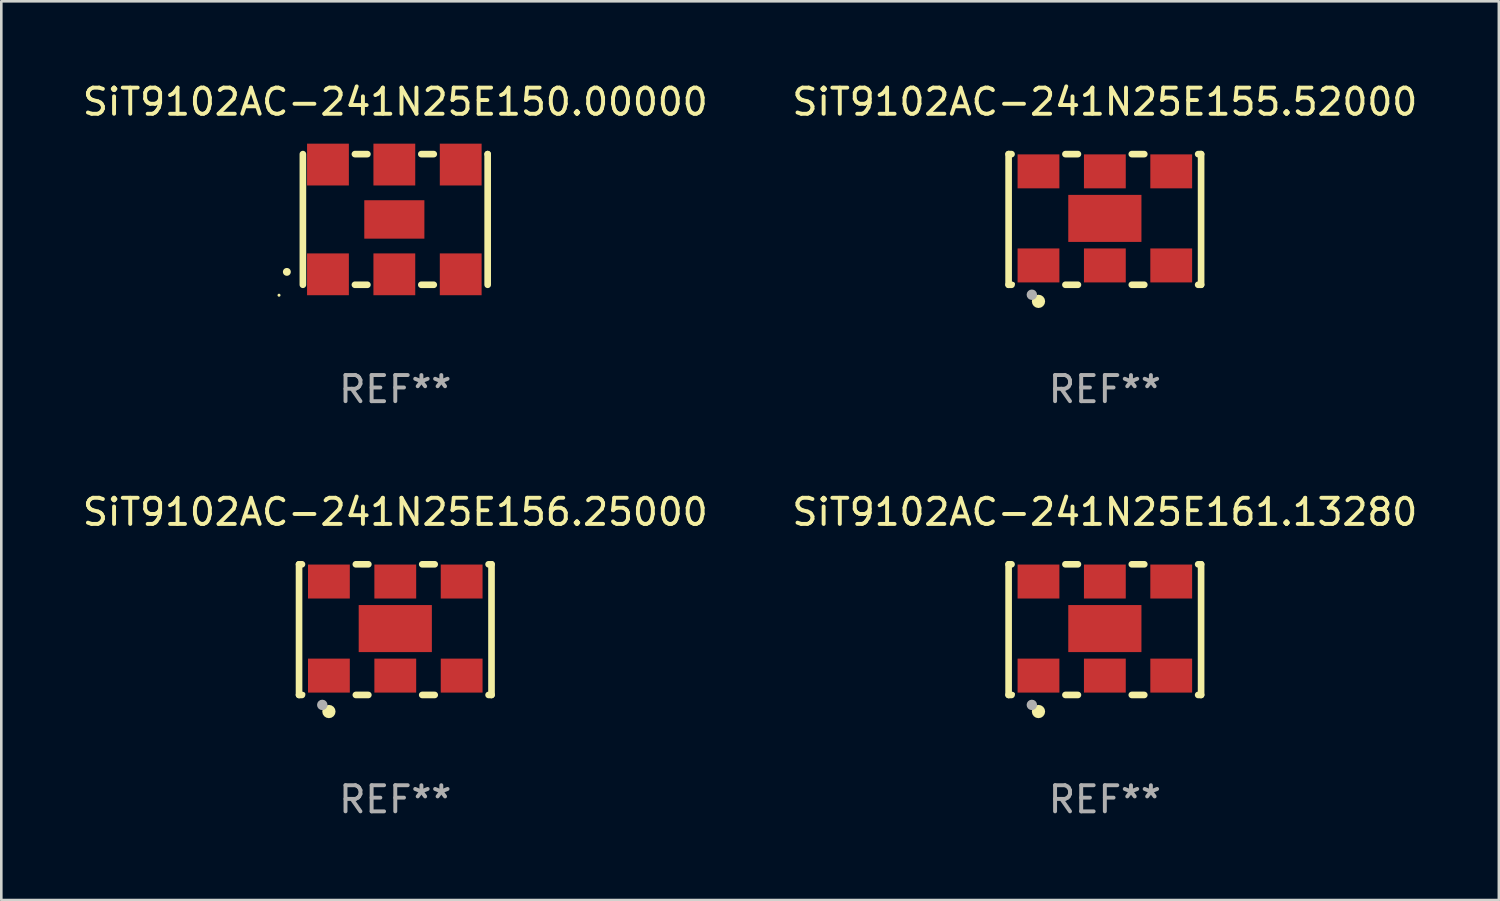
<source format=kicad_pcb>
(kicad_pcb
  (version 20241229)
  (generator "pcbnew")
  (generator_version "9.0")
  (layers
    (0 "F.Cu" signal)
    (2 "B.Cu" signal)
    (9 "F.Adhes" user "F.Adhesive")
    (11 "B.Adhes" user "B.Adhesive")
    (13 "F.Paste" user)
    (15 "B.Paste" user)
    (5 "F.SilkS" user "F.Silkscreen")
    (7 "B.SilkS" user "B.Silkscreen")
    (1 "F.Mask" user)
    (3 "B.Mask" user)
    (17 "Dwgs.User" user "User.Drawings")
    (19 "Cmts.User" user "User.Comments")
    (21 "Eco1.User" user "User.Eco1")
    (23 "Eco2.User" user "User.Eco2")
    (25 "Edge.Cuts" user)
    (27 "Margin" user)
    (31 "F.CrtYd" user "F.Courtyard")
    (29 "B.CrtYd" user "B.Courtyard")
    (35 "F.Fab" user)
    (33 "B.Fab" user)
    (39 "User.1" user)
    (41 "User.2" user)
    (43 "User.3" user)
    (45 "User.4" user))
  (footprint "SiT9102AC-241N25E155.52000"
    (layer "F.Cu")
    (at 39.232 5.348)
    (property "Reference" "SiT9102AC-241N25E155.52000" (at 0 -4.5 0) (layer "F.SilkS") (effects (font (size 1 1) (thickness 0.15))))
    (attr through_hole)
    (fp_line (start -3.683 -2.5) (end -3.571 -2.5) (stroke (width 0.254) (type solid)) (layer "F.SilkS"))
    (fp_line (start -3.683 2.5) (end -3.683 -2.5) (stroke (width 0.254) (type solid)) (layer "F.SilkS"))
    (fp_line (start -3.683 2.5) (end -3.571 2.5) (stroke (width 0.254) (type solid)) (layer "F.SilkS"))
    (fp_line (start -1.509 -2.5) (end -1.031 -2.5) (stroke (width 0.254) (type solid)) (layer "F.SilkS"))
    (fp_line (start -1.509 2.5) (end -1.031 2.5) (stroke (width 0.254) (type solid)) (layer "F.SilkS"))
    (fp_line (start 1.031 -2.5) (end 1.509 -2.5) (stroke (width 0.254) (type solid)) (layer "F.SilkS"))
    (fp_line (start 1.031 2.5) (end 1.509 2.5) (stroke (width 0.254) (type solid)) (layer "F.SilkS"))
    (fp_line (start 3.571 -2.5) (end 3.683 -2.5) (stroke (width 0.254) (type solid)) (layer "F.SilkS"))
    (fp_line (start 3.571 2.5) (end 3.683 2.5) (stroke (width 0.254) (type solid)) (layer "F.SilkS"))
    (fp_line (start 3.683 2.5) (end 3.683 -2.5) (stroke (width 0.254) (type solid)) (layer "F.SilkS"))
    (fp_circle (center -3.5 2.46) (end -3.47 2.46) (stroke (width 0.06) (type solid)) (fill no) (layer "F.SilkS"))
    (fp_circle (center -2.54 3.135) (end -2.413 3.135) (stroke (width 0.254) (type solid)) (fill no) (layer "F.SilkS"))
    (fp_circle (center -2.794 2.881) (end -2.694 2.881) (stroke (width 0.2) (type solid)) (fill no) (layer "F.Fab"))
    (fp_text user "REF**" (at 0 6.5 0) (layer "F.Fab") (effects (font (size 1 1) (thickness 0.15))))
    (pad "1" smd rect (at -2.54 1.76) (size 1.6 1.3) (layers "F.Cu" "F.Mask" "F.Paste"))
    (pad "2" smd rect (at 0 1.76) (size 1.6 1.3) (layers "F.Cu" "F.Mask" "F.Paste"))
    (pad "3" smd rect (at 2.54 1.76) (size 1.6 1.3) (layers "F.Cu" "F.Mask" "F.Paste"))
    (pad "4" smd rect (at 2.54 -1.84) (size 1.6 1.3) (layers "F.Cu" "F.Mask" "F.Paste"))
    (pad "5" smd rect (at 0 -1.84) (size 1.6 1.3) (layers "F.Cu" "F.Mask" "F.Paste"))
    (pad "6" smd rect (at -2.54 -1.84) (size 1.6 1.3) (layers "F.Cu" "F.Mask" "F.Paste"))
    (pad "7" smd rect (at 0 -0.04) (size 2.8 1.8) (layers "F.Cu" "F.Mask" "F.Paste")))
  (footprint "SiT9102AC-241N25E156.25000"
    (layer "F.Cu")
    (at 12.077 21.045)
    (property "Reference" "SiT9102AC-241N25E156.25000" (at 0 -4.5 0) (layer "F.SilkS") (effects (font (size 1 1) (thickness 0.15))))
    (attr through_hole)
    (fp_line (start -3.683 -2.5) (end -3.571 -2.5) (stroke (width 0.254) (type solid)) (layer "F.SilkS"))
    (fp_line (start -3.683 2.5) (end -3.683 -2.5) (stroke (width 0.254) (type solid)) (layer "F.SilkS"))
    (fp_line (start -3.683 2.5) (end -3.571 2.5) (stroke (width 0.254) (type solid)) (layer "F.SilkS"))
    (fp_line (start -1.509 -2.5) (end -1.031 -2.5) (stroke (width 0.254) (type solid)) (layer "F.SilkS"))
    (fp_line (start -1.509 2.5) (end -1.031 2.5) (stroke (width 0.254) (type solid)) (layer "F.SilkS"))
    (fp_line (start 1.031 -2.5) (end 1.509 -2.5) (stroke (width 0.254) (type solid)) (layer "F.SilkS"))
    (fp_line (start 1.031 2.5) (end 1.509 2.5) (stroke (width 0.254) (type solid)) (layer "F.SilkS"))
    (fp_line (start 3.571 -2.5) (end 3.683 -2.5) (stroke (width 0.254) (type solid)) (layer "F.SilkS"))
    (fp_line (start 3.571 2.5) (end 3.683 2.5) (stroke (width 0.254) (type solid)) (layer "F.SilkS"))
    (fp_line (start 3.683 2.5) (end 3.683 -2.5) (stroke (width 0.254) (type solid)) (layer "F.SilkS"))
    (fp_circle (center -3.5 2.46) (end -3.47 2.46) (stroke (width 0.06) (type solid)) (fill no) (layer "F.SilkS"))
    (fp_circle (center -2.54 3.135) (end -2.413 3.135) (stroke (width 0.254) (type solid)) (fill no) (layer "F.SilkS"))
    (fp_circle (center -2.794 2.881) (end -2.694 2.881) (stroke (width 0.2) (type solid)) (fill no) (layer "F.Fab"))
    (fp_text user "REF**" (at 0 6.5 0) (layer "F.Fab") (effects (font (size 1 1) (thickness 0.15))))
    (pad "1" smd rect (at -2.54 1.76) (size 1.6 1.3) (layers "F.Cu" "F.Mask" "F.Paste"))
    (pad "2" smd rect (at 0 1.76) (size 1.6 1.3) (layers "F.Cu" "F.Mask" "F.Paste"))
    (pad "3" smd rect (at 2.54 1.76) (size 1.6 1.3) (layers "F.Cu" "F.Mask" "F.Paste"))
    (pad "4" smd rect (at 2.54 -1.84) (size 1.6 1.3) (layers "F.Cu" "F.Mask" "F.Paste"))
    (pad "5" smd rect (at 0 -1.84) (size 1.6 1.3) (layers "F.Cu" "F.Mask" "F.Paste"))
    (pad "6" smd rect (at -2.54 -1.84) (size 1.6 1.3) (layers "F.Cu" "F.Mask" "F.Paste"))
    (pad "7" smd rect (at 0 -0.04) (size 2.8 1.8) (layers "F.Cu" "F.Mask" "F.Paste")))
  (footprint "SiT9102AC-241N25E150.00000"
    (layer "F.Cu")
    (at 12.077 5.348)
    (property "Reference" "SiT9102AC-241N25E150.00000" (at 0 -4.5 0) (layer "F.SilkS") (effects (font (size 1 1) (thickness 0.15))))
    (attr through_hole)
    (fp_line (start -3.536 -2.5) (end -3.536 2.5) (stroke (width 0.254) (type solid)) (layer "F.SilkS"))
    (fp_line (start -1.544 2.5) (end -1.067 2.5) (stroke (width 0.254) (type solid)) (layer "F.SilkS"))
    (fp_line (start -1.067 -2.5) (end -1.544 -2.5) (stroke (width 0.254) (type solid)) (layer "F.SilkS"))
    (fp_line (start 0.996 2.5) (end 1.473 2.5) (stroke (width 0.254) (type solid)) (layer "F.SilkS"))
    (fp_line (start 1.473 -2.5) (end 0.996 -2.5) (stroke (width 0.254) (type solid)) (layer "F.SilkS"))
    (fp_line (start 3.536 -2.5) (end 3.536 -2.5) (stroke (width 0.254) (type solid)) (layer "F.SilkS"))
    (fp_line (start 3.536 2.5) (end 3.536 -2.5) (stroke (width 0.254) (type solid)) (layer "F.SilkS"))
    (fp_arc (start -4.150432 2.006604) (mid -4.149162 2.006599) (end -4.147892 2.006604) (stroke (width 0.3) (type solid)) (layer "F.SilkS"))
    (fp_circle (center -4.449 2.9) (end -4.419 2.9) (stroke (width 0.06) (type solid)) (fill no) (layer "F.SilkS"))
    (fp_text user "REF**" (at 0 6.5 0) (layer "F.Fab") (effects (font (size 1 1) (thickness 0.15))))
    (pad "1" smd rect (at -2.576 2.1) (size 1.6 1.6) (layers "F.Cu" "F.Mask" "F.Paste"))
    (pad "2" smd rect (at -0.036 2.1) (size 1.6 1.6) (layers "F.Cu" "F.Mask" "F.Paste"))
    (pad "3" smd rect (at 2.504 2.1) (size 1.6 1.6) (layers "F.Cu" "F.Mask" "F.Paste"))
    (pad "4" smd rect (at 2.504 -2.1) (size 1.6 1.6) (layers "F.Cu" "F.Mask" "F.Paste"))
    (pad "5" smd rect (at -0.036 -2.1) (size 1.6 1.6) (layers "F.Cu" "F.Mask" "F.Paste"))
    (pad "6" smd rect (at -2.576 -2.1) (size 1.6 1.6) (layers "F.Cu" "F.Mask" "F.Paste"))
    (pad "7" smd rect (at -0.036 0) (size 2.3 1.47) (layers "F.Cu" "F.Mask" "F.Paste")))
  (footprint "SiT9102AC-241N25E161.13280"
    (layer "F.Cu")
    (at 39.232 21.045)
    (property "Reference" "SiT9102AC-241N25E161.13280" (at 0 -4.5 0) (layer "F.SilkS") (effects (font (size 1 1) (thickness 0.15))))
    (attr through_hole)
    (fp_line (start -3.683 -2.5) (end -3.571 -2.5) (stroke (width 0.254) (type solid)) (layer "F.SilkS"))
    (fp_line (start -3.683 2.5) (end -3.683 -2.5) (stroke (width 0.254) (type solid)) (layer "F.SilkS"))
    (fp_line (start -3.683 2.5) (end -3.571 2.5) (stroke (width 0.254) (type solid)) (layer "F.SilkS"))
    (fp_line (start -1.509 -2.5) (end -1.031 -2.5) (stroke (width 0.254) (type solid)) (layer "F.SilkS"))
    (fp_line (start -1.509 2.5) (end -1.031 2.5) (stroke (width 0.254) (type solid)) (layer "F.SilkS"))
    (fp_line (start 1.031 -2.5) (end 1.509 -2.5) (stroke (width 0.254) (type solid)) (layer "F.SilkS"))
    (fp_line (start 1.031 2.5) (end 1.509 2.5) (stroke (width 0.254) (type solid)) (layer "F.SilkS"))
    (fp_line (start 3.571 -2.5) (end 3.683 -2.5) (stroke (width 0.254) (type solid)) (layer "F.SilkS"))
    (fp_line (start 3.571 2.5) (end 3.683 2.5) (stroke (width 0.254) (type solid)) (layer "F.SilkS"))
    (fp_line (start 3.683 2.5) (end 3.683 -2.5) (stroke (width 0.254) (type solid)) (layer "F.SilkS"))
    (fp_circle (center -3.5 2.46) (end -3.47 2.46) (stroke (width 0.06) (type solid)) (fill no) (layer "F.SilkS"))
    (fp_circle (center -2.54 3.135) (end -2.413 3.135) (stroke (width 0.254) (type solid)) (fill no) (layer "F.SilkS"))
    (fp_circle (center -2.794 2.881) (end -2.694 2.881) (stroke (width 0.2) (type solid)) (fill no) (layer "F.Fab"))
    (fp_text user "REF**" (at 0 6.5 0) (layer "F.Fab") (effects (font (size 1 1) (thickness 0.15))))
    (pad "1" smd rect (at -2.54 1.76) (size 1.6 1.3) (layers "F.Cu" "F.Mask" "F.Paste"))
    (pad "2" smd rect (at 0 1.76) (size 1.6 1.3) (layers "F.Cu" "F.Mask" "F.Paste"))
    (pad "3" smd rect (at 2.54 1.76) (size 1.6 1.3) (layers "F.Cu" "F.Mask" "F.Paste"))
    (pad "4" smd rect (at 2.54 -1.84) (size 1.6 1.3) (layers "F.Cu" "F.Mask" "F.Paste"))
    (pad "5" smd rect (at 0 -1.84) (size 1.6 1.3) (layers "F.Cu" "F.Mask" "F.Paste"))
    (pad "6" smd rect (at -2.54 -1.84) (size 1.6 1.3) (layers "F.Cu" "F.Mask" "F.Paste"))
    (pad "7" smd rect (at 0 -0.04) (size 2.8 1.8) (layers "F.Cu" "F.Mask" "F.Paste")))
  (gr_rect
    (start -3 -3)
    (end 54.31 31.393)
    (stroke (width 0.1) (type default))
    (fill no)
    (layer "Edge.Cuts")))
</source>
